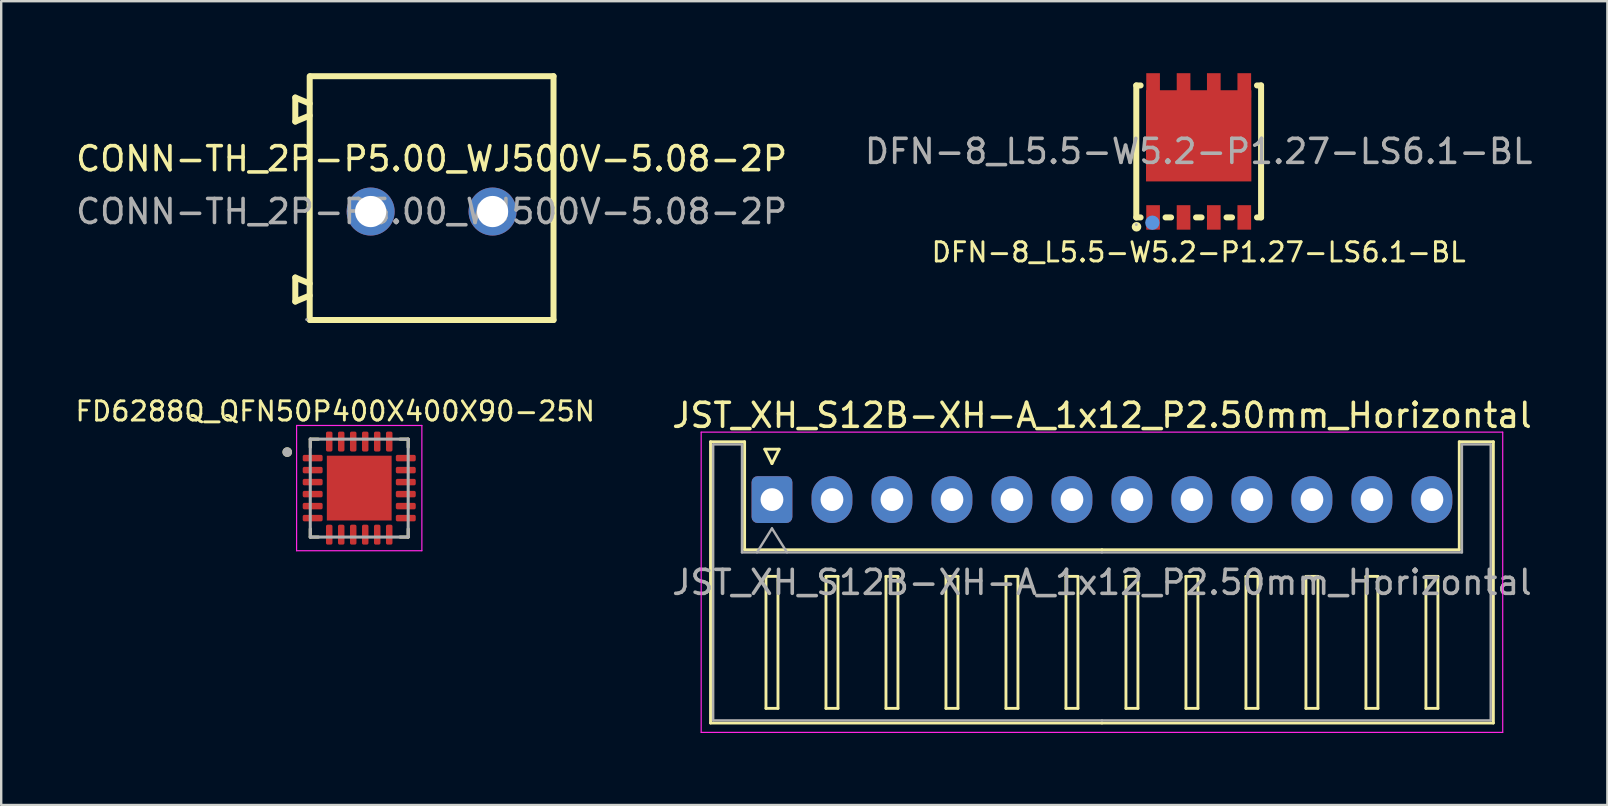
<source format=kicad_pcb>
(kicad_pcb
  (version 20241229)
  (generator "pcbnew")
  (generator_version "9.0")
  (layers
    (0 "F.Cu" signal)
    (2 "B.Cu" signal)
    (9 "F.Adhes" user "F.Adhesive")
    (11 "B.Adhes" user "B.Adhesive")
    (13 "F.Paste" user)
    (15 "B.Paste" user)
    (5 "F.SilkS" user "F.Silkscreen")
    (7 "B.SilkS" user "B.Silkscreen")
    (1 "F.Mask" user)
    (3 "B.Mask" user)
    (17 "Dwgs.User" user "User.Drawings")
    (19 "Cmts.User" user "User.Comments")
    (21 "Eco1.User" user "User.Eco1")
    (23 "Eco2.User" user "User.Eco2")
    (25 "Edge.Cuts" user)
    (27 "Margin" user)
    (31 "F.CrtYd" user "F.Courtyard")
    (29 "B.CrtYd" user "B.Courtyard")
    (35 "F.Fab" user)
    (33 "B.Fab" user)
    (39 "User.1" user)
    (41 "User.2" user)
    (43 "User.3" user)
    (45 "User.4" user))
  (footprint "JST_XH_S12B-XH-A_1x12_P2.50mm_Horizontal"
    (layer "F.Cu")
    (at 29.118 17.768)
    (property "Reference" "JST_XH_S12B-XH-A_1x12_P2.50mm_Horizontal" (at 13.75 -3.51 180) (layer "F.SilkS") (effects (font (size 1 1) (thickness 0.15))))
    (attr through_hole)
    (fp_line (start -2.56 -2.41) (end -1.14 -2.41) (stroke (width 0.12) (type solid)) (layer "F.SilkS"))
    (fp_line (start -2.56 9.31) (end -2.56 -2.41) (stroke (width 0.12) (type solid)) (layer "F.SilkS"))
    (fp_line (start -1.14 -2.41) (end -1.14 2.09) (stroke (width 0.12) (type solid)) (layer "F.SilkS"))
    (fp_line (start -1.14 2.09) (end 13.75 2.09) (stroke (width 0.12) (type solid)) (layer "F.SilkS"))
    (fp_line (start -0.3 -2.1) (end 0.3 -2.1) (stroke (width 0.12) (type solid)) (layer "F.SilkS"))
    (fp_line (start -0.25 3.2) (end -0.25 8.7) (stroke (width 0.12) (type solid)) (layer "F.SilkS"))
    (fp_line (start -0.25 8.7) (end 0.25 8.7) (stroke (width 0.12) (type solid)) (layer "F.SilkS"))
    (fp_line (start 0 -1.5) (end -0.3 -2.1) (stroke (width 0.12) (type solid)) (layer "F.SilkS"))
    (fp_line (start 0.25 3.2) (end -0.25 3.2) (stroke (width 0.12) (type solid)) (layer "F.SilkS"))
    (fp_line (start 0.25 8.7) (end 0.25 3.2) (stroke (width 0.12) (type solid)) (layer "F.SilkS"))
    (fp_line (start 0.3 -2.1) (end 0 -1.5) (stroke (width 0.12) (type solid)) (layer "F.SilkS"))
    (fp_line (start 2.25 3.2) (end 2.25 8.7) (stroke (width 0.12) (type solid)) (layer "F.SilkS"))
    (fp_line (start 2.25 8.7) (end 2.75 8.7) (stroke (width 0.12) (type solid)) (layer "F.SilkS"))
    (fp_line (start 2.75 3.2) (end 2.25 3.2) (stroke (width 0.12) (type solid)) (layer "F.SilkS"))
    (fp_line (start 2.75 8.7) (end 2.75 3.2) (stroke (width 0.12) (type solid)) (layer "F.SilkS"))
    (fp_line (start 4.75 3.2) (end 4.75 8.7) (stroke (width 0.12) (type solid)) (layer "F.SilkS"))
    (fp_line (start 4.75 8.7) (end 5.25 8.7) (stroke (width 0.12) (type solid)) (layer "F.SilkS"))
    (fp_line (start 5.25 3.2) (end 4.75 3.2) (stroke (width 0.12) (type solid)) (layer "F.SilkS"))
    (fp_line (start 5.25 8.7) (end 5.25 3.2) (stroke (width 0.12) (type solid)) (layer "F.SilkS"))
    (fp_line (start 7.25 3.2) (end 7.25 8.7) (stroke (width 0.12) (type solid)) (layer "F.SilkS"))
    (fp_line (start 7.25 8.7) (end 7.75 8.7) (stroke (width 0.12) (type solid)) (layer "F.SilkS"))
    (fp_line (start 7.75 3.2) (end 7.25 3.2) (stroke (width 0.12) (type solid)) (layer "F.SilkS"))
    (fp_line (start 7.75 8.7) (end 7.75 3.2) (stroke (width 0.12) (type solid)) (layer "F.SilkS"))
    (fp_line (start 9.75 3.2) (end 9.75 8.7) (stroke (width 0.12) (type solid)) (layer "F.SilkS"))
    (fp_line (start 9.75 8.7) (end 10.25 8.7) (stroke (width 0.12) (type solid)) (layer "F.SilkS"))
    (fp_line (start 10.25 3.2) (end 9.75 3.2) (stroke (width 0.12) (type solid)) (layer "F.SilkS"))
    (fp_line (start 10.25 8.7) (end 10.25 3.2) (stroke (width 0.12) (type solid)) (layer "F.SilkS"))
    (fp_line (start 12.25 3.2) (end 12.25 8.7) (stroke (width 0.12) (type solid)) (layer "F.SilkS"))
    (fp_line (start 12.25 8.7) (end 12.75 8.7) (stroke (width 0.12) (type solid)) (layer "F.SilkS"))
    (fp_line (start 12.75 3.2) (end 12.25 3.2) (stroke (width 0.12) (type solid)) (layer "F.SilkS"))
    (fp_line (start 12.75 8.7) (end 12.75 3.2) (stroke (width 0.12) (type solid)) (layer "F.SilkS"))
    (fp_line (start 13.75 9.31) (end -2.56 9.31) (stroke (width 0.12) (type solid)) (layer "F.SilkS"))
    (fp_line (start 13.75 9.31) (end 30.06 9.31) (stroke (width 0.12) (type solid)) (layer "F.SilkS"))
    (fp_line (start 14.75 3.2) (end 14.75 8.7) (stroke (width 0.12) (type solid)) (layer "F.SilkS"))
    (fp_line (start 14.75 8.7) (end 15.25 8.7) (stroke (width 0.12) (type solid)) (layer "F.SilkS"))
    (fp_line (start 15.25 3.2) (end 14.75 3.2) (stroke (width 0.12) (type solid)) (layer "F.SilkS"))
    (fp_line (start 15.25 8.7) (end 15.25 3.2) (stroke (width 0.12) (type solid)) (layer "F.SilkS"))
    (fp_line (start 17.25 3.2) (end 17.25 8.7) (stroke (width 0.12) (type solid)) (layer "F.SilkS"))
    (fp_line (start 17.25 8.7) (end 17.75 8.7) (stroke (width 0.12) (type solid)) (layer "F.SilkS"))
    (fp_line (start 17.75 3.2) (end 17.25 3.2) (stroke (width 0.12) (type solid)) (layer "F.SilkS"))
    (fp_line (start 17.75 8.7) (end 17.75 3.2) (stroke (width 0.12) (type solid)) (layer "F.SilkS"))
    (fp_line (start 19.75 3.2) (end 19.75 8.7) (stroke (width 0.12) (type solid)) (layer "F.SilkS"))
    (fp_line (start 19.75 8.7) (end 20.25 8.7) (stroke (width 0.12) (type solid)) (layer "F.SilkS"))
    (fp_line (start 20.25 3.2) (end 19.75 3.2) (stroke (width 0.12) (type solid)) (layer "F.SilkS"))
    (fp_line (start 20.25 8.7) (end 20.25 3.2) (stroke (width 0.12) (type solid)) (layer "F.SilkS"))
    (fp_line (start 22.25 3.2) (end 22.25 8.7) (stroke (width 0.12) (type solid)) (layer "F.SilkS"))
    (fp_line (start 22.25 8.7) (end 22.75 8.7) (stroke (width 0.12) (type solid)) (layer "F.SilkS"))
    (fp_line (start 22.75 3.2) (end 22.25 3.2) (stroke (width 0.12) (type solid)) (layer "F.SilkS"))
    (fp_line (start 22.75 8.7) (end 22.75 3.2) (stroke (width 0.12) (type solid)) (layer "F.SilkS"))
    (fp_line (start 24.75 3.2) (end 24.75 8.7) (stroke (width 0.12) (type solid)) (layer "F.SilkS"))
    (fp_line (start 24.75 8.7) (end 25.25 8.7) (stroke (width 0.12) (type solid)) (layer "F.SilkS"))
    (fp_line (start 25.25 3.2) (end 24.75 3.2) (stroke (width 0.12) (type solid)) (layer "F.SilkS"))
    (fp_line (start 25.25 8.7) (end 25.25 3.2) (stroke (width 0.12) (type solid)) (layer "F.SilkS"))
    (fp_line (start 27.25 3.2) (end 27.25 8.7) (stroke (width 0.12) (type solid)) (layer "F.SilkS"))
    (fp_line (start 27.25 8.7) (end 27.75 8.7) (stroke (width 0.12) (type solid)) (layer "F.SilkS"))
    (fp_line (start 27.75 3.2) (end 27.25 3.2) (stroke (width 0.12) (type solid)) (layer "F.SilkS"))
    (fp_line (start 27.75 8.7) (end 27.75 3.2) (stroke (width 0.12) (type solid)) (layer "F.SilkS"))
    (fp_line (start 28.64 -2.41) (end 28.64 2.09) (stroke (width 0.12) (type solid)) (layer "F.SilkS"))
    (fp_line (start 28.64 2.09) (end 13.75 2.09) (stroke (width 0.12) (type solid)) (layer "F.SilkS"))
    (fp_line (start 30.06 -2.41) (end 28.64 -2.41) (stroke (width 0.12) (type solid)) (layer "F.SilkS"))
    (fp_line (start 30.06 9.31) (end 30.06 -2.41) (stroke (width 0.12) (type solid)) (layer "F.SilkS"))
    (fp_line (start -2.95 -2.81) (end -2.95 9.7) (stroke (width 0.05) (type solid)) (layer "F.CrtYd"))
    (fp_line (start -2.95 9.7) (end 30.45 9.7) (stroke (width 0.05) (type solid)) (layer "F.CrtYd"))
    (fp_line (start 30.45 -2.81) (end -2.95 -2.81) (stroke (width 0.05) (type solid)) (layer "F.CrtYd"))
    (fp_line (start 30.45 9.7) (end 30.45 -2.81) (stroke (width 0.05) (type solid)) (layer "F.CrtYd"))
    (fp_line (start -2.45 -2.3) (end -1.25 -2.3) (stroke (width 0.1) (type solid)) (layer "F.Fab"))
    (fp_line (start -2.45 9.2) (end -2.45 -2.3) (stroke (width 0.1) (type solid)) (layer "F.Fab"))
    (fp_line (start -1.25 -2.3) (end -1.25 2.2) (stroke (width 0.1) (type solid)) (layer "F.Fab"))
    (fp_line (start -1.25 2.2) (end 13.75 2.2) (stroke (width 0.1) (type solid)) (layer "F.Fab"))
    (fp_line (start -0.625 2.2) (end 0 1.2) (stroke (width 0.1) (type solid)) (layer "F.Fab"))
    (fp_line (start 0 1.2) (end 0.625 2.2) (stroke (width 0.1) (type solid)) (layer "F.Fab"))
    (fp_line (start 13.75 9.2) (end -2.45 9.2) (stroke (width 0.1) (type solid)) (layer "F.Fab"))
    (fp_line (start 13.75 9.2) (end 29.95 9.2) (stroke (width 0.1) (type solid)) (layer "F.Fab"))
    (fp_line (start 28.75 -2.3) (end 28.75 2.2) (stroke (width 0.1) (type solid)) (layer "F.Fab"))
    (fp_line (start 28.75 2.2) (end 13.75 2.2) (stroke (width 0.1) (type solid)) (layer "F.Fab"))
    (fp_line (start 29.95 -2.3) (end 28.75 -2.3) (stroke (width 0.1) (type solid)) (layer "F.Fab"))
    (fp_line (start 29.95 9.2) (end 29.95 -2.3) (stroke (width 0.1) (type solid)) (layer "F.Fab"))
    (fp_text user "${REFERENCE}" (at 13.75 3.45 180) (layer "F.Fab") (effects (font (size 1 1) (thickness 0.15))))
    (pad "1" thru_hole roundrect (at 0 0) (size 1.7 1.95) (drill 0.95) (layers "*.Cu" "*.Mask") (roundrect_rratio 0.147))
    (pad "2" thru_hole oval (at 2.5 0) (size 1.7 1.95) (drill 0.95) (layers "*.Cu" "*.Mask"))
    (pad "3" thru_hole oval (at 5 0) (size 1.7 1.95) (drill 0.95) (layers "*.Cu" "*.Mask"))
    (pad "4" thru_hole oval (at 7.5 0) (size 1.7 1.95) (drill 0.95) (layers "*.Cu" "*.Mask"))
    (pad "5" thru_hole oval (at 10 0) (size 1.7 1.95) (drill 0.95) (layers "*.Cu" "*.Mask"))
    (pad "6" thru_hole oval (at 12.5 0) (size 1.7 1.95) (drill 0.95) (layers "*.Cu" "*.Mask"))
    (pad "7" thru_hole oval (at 15 0) (size 1.7 1.95) (drill 0.95) (layers "*.Cu" "*.Mask"))
    (pad "8" thru_hole oval (at 17.5 0) (size 1.7 1.95) (drill 0.95) (layers "*.Cu" "*.Mask"))
    (pad "9" thru_hole oval (at 20 0) (size 1.7 1.95) (drill 0.95) (layers "*.Cu" "*.Mask"))
    (pad "10" thru_hole oval (at 22.5 0) (size 1.7 1.95) (drill 0.95) (layers "*.Cu" "*.Mask"))
    (pad "11" thru_hole oval (at 25 0) (size 1.7 1.95) (drill 0.95) (layers "*.Cu" "*.Mask"))
    (pad "12" thru_hole oval (at 27.5 0) (size 1.7 1.95) (drill 0.95) (layers "*.Cu" "*.Mask")))
  (footprint "CONN-TH_2P-P5.00_WJ500V-5.08-2P"
    (layer "F.Cu")
    (at 14.935 5.765)
    (property "Reference" "CONN-TH_2P-P5.00_WJ500V-5.08-2P" (at 0 -2.2 180) (layer "F.SilkS") (effects (font (size 1 1) (thickness 0.15))))
    (attr through_hole)
    (fp_line (start -5.68 -4.75) (end -5.68 -3.75) (stroke (width 0.25) (type solid)) (layer "F.SilkS"))
    (fp_line (start -5.68 -3.75) (end -5.08 -4) (stroke (width 0.25) (type solid)) (layer "F.SilkS"))
    (fp_line (start -5.68 2.75) (end -5.68 3.75) (stroke (width 0.25) (type solid)) (layer "F.SilkS"))
    (fp_line (start -5.68 3.75) (end -5.08 3.5) (stroke (width 0.25) (type solid)) (layer "F.SilkS"))
    (fp_line (start -5.08 -4.5) (end -5.68 -4.75) (stroke (width 0.25) (type solid)) (layer "F.SilkS"))
    (fp_line (start -5.08 3) (end -5.68 2.75) (stroke (width 0.25) (type solid)) (layer "F.SilkS"))
    (fp_line (start -5.08 4.52) (end -5.08 -5.64) (stroke (width 0.25) (type solid)) (layer "F.SilkS"))
    (fp_line (start 5.08 -5.64) (end -5.05 -5.64) (stroke (width 0.25) (type solid)) (layer "F.SilkS"))
    (fp_line (start 5.08 4.52) (end -5.05 4.52) (stroke (width 0.25) (type solid)) (layer "F.SilkS"))
    (fp_line (start 5.08 4.52) (end 5.08 -5.64) (stroke (width 0.25) (type solid)) (layer "F.SilkS"))
    (fp_circle (center -5.21 4.5) (end -5.18 4.5) (stroke (width 0.06) (type solid)) (fill no) (layer "F.Fab"))
    (fp_circle (center -2.54 0) (end -2.26 0) (stroke (width 0.55) (type solid)) (fill no) (layer "F.Fab"))
    (fp_circle (center 2.54 0) (end 2.82 0) (stroke (width 0.55) (type solid)) (fill no) (layer "F.Fab"))
    (fp_text user "${REFERENCE}" (at 0 0 180) (layer "F.Fab") (effects (font (size 1 1) (thickness 0.15))))
    (pad "1" thru_hole circle (at -2.54 0 180) (size 2 2) (drill 1.3) (layers "*.Cu" "*.Mask"))
    (pad "2" thru_hole circle (at 2.54 0 180) (size 2 2) (drill 1.3) (layers "*.Cu" "*.Mask")))
  (footprint "DFN-8_L5.5-W5.2-P1.27-LS6.1-BL"
    (layer "F.Cu")
    (at 46.899 3.26)
    (property "Reference" "DFN-8_L5.5-W5.2-P1.27-LS6.1-BL" (at 0 4.2 180) (layer "F.SilkS") (effects (font (size 0.8 0.8) (thickness 0.12))))
    (attr through_hole)
    (fp_line (start -2.6 2.75) (end -2.6 -2.75) (stroke (width 0.25) (type solid)) (layer "F.SilkS"))
    (fp_line (start -2.42 -2.75) (end -2.6 -2.75) (stroke (width 0.25) (type solid)) (layer "F.SilkS"))
    (fp_line (start -2.42 2.75) (end -2.6 2.75) (stroke (width 0.25) (type solid)) (layer "F.SilkS"))
    (fp_line (start -1.15 2.75) (end -1.38 2.75) (stroke (width 0.25) (type solid)) (layer "F.SilkS"))
    (fp_line (start 0.12 2.75) (end -0.11 2.75) (stroke (width 0.25) (type solid)) (layer "F.SilkS"))
    (fp_line (start 1.39 2.75) (end 1.16 2.75) (stroke (width 0.25) (type solid)) (layer "F.SilkS"))
    (fp_line (start 2.6 -2.75) (end 2.43 -2.75) (stroke (width 0.25) (type solid)) (layer "F.SilkS"))
    (fp_line (start 2.6 -2.75) (end 2.6 2.75) (stroke (width 0.25) (type solid)) (layer "F.SilkS"))
    (fp_line (start 2.6 2.75) (end 2.43 2.75) (stroke (width 0.25) (type solid)) (layer "F.SilkS"))
    (fp_circle (center -2.59 3.14) (end -2.49 3.14) (stroke (width 0.2) (type solid)) (fill no) (layer "F.SilkS"))
    (fp_circle (center -1.93 2.97) (end -1.78 2.97) (stroke (width 0.3) (type solid)) (fill no) (layer "Cmts.User"))
    (fp_circle (center -2.6 3.05) (end -2.57 3.05) (stroke (width 0.06) (type solid)) (fill no) (layer "F.Fab"))
    (fp_text user "${REFERENCE}" (at 0 0 180) (layer "F.Fab") (effects (font (size 1 1) (thickness 0.15))))
    (pad "1" smd rect (at -1.9 2.75) (size 0.57 1.02) (layers "F.Cu" "F.Mask" "F.Paste"))
    (pad "2" smd rect (at -0.63 2.75) (size 0.57 1.02) (layers "F.Cu" "F.Mask" "F.Paste"))
    (pad "3" smd rect (at 0.63 2.75) (size 0.57 1.02) (layers "F.Cu" "F.Mask" "F.Paste"))
    (pad "4" smd rect (at 1.9 2.75) (size 0.57 1.02) (layers "F.Cu" "F.Mask" "F.Paste"))
    (pad "5" smd rect (at 1.9 -2.75) (size 0.57 1.02) (layers "F.Cu" "F.Mask" "F.Paste"))
    (pad "6" smd rect (at 0.63 -2.75) (size 0.57 1.02) (layers "F.Cu" "F.Mask" "F.Paste"))
    (pad "7" smd rect (at -0.63 -2.75) (size 0.57 1.02) (layers "F.Cu" "F.Mask" "F.Paste"))
    (pad "8" smd rect (at -1.9 -2.75) (size 0.57 1.02) (layers "F.Cu" "F.Mask" "F.Paste"))
    (pad "9" smd rect (at 0 -0.65) (size 4.39 3.8) (layers "F.Cu" "F.Mask" "F.Paste")))
  (footprint "FD6288Q_QFN50P400X400X90-25N"
    (layer "F.Cu")
    (at 11.919 17.289)
    (property "Reference" "FD6288Q_QFN50P400X400X90-25N" (at -1 -3.2 0) (layer "F.SilkS") (effects (font (size 0.8 0.8) (thickness 0.12))))
    (attr smd allow_soldermask_bridges)
    (fp_line (start -2.04 -2.04) (end -1.7 -2.04) (stroke (width 0.127) (type solid)) (layer "F.SilkS"))
    (fp_line (start -2.04 -1.7) (end -2.04 -2.04) (stroke (width 0.127) (type solid)) (layer "F.SilkS"))
    (fp_line (start -2.04 2.04) (end -2.04 1.7) (stroke (width 0.127) (type solid)) (layer "F.SilkS"))
    (fp_line (start -1.7 2.04) (end -2.04 2.04) (stroke (width 0.127) (type solid)) (layer "F.SilkS"))
    (fp_line (start 1.7 -2.04) (end 2.04 -2.04) (stroke (width 0.127) (type solid)) (layer "F.SilkS"))
    (fp_line (start 2.04 -2.04) (end 2.04 -1.7) (stroke (width 0.127) (type solid)) (layer "F.SilkS"))
    (fp_line (start 2.04 1.7) (end 2.04 2.04) (stroke (width 0.127) (type solid)) (layer "F.SilkS"))
    (fp_line (start 2.04 2.04) (end 1.7 2.04) (stroke (width 0.127) (type solid)) (layer "F.SilkS"))
    (fp_circle (center -3 -1.5) (end -2.9 -1.5) (stroke (width 0.2) (type solid)) (fill no) (layer "F.SilkS"))
    (fp_poly (pts (xy -1.09 -1.09) (xy -0.13 -1.09) (xy -0.13 -0.13) (xy -1.09 -0.13)) (stroke (width 0.01) (type solid)) (fill yes) (layer "F.Paste"))
    (fp_poly (pts (xy -1.09 0.13) (xy -0.13 0.13) (xy -0.13 1.09) (xy -1.09 1.09)) (stroke (width 0.01) (type solid)) (fill yes) (layer "F.Paste"))
    (fp_poly (pts (xy 0.13 -1.09) (xy 1.09 -1.09) (xy 1.09 -0.13) (xy 0.13 -0.13)) (stroke (width 0.01) (type solid)) (fill yes) (layer "F.Paste"))
    (fp_poly (pts (xy 0.13 0.13) (xy 1.09 0.13) (xy 1.09 1.09) (xy 0.13 1.09)) (stroke (width 0.01) (type solid)) (fill yes) (layer "F.Paste"))
    (fp_line (start -2.61 -2.61) (end 2.61 -2.61) (stroke (width 0.05) (type solid)) (layer "F.CrtYd"))
    (fp_line (start -2.61 2.61) (end -2.61 -2.61) (stroke (width 0.05) (type solid)) (layer "F.CrtYd"))
    (fp_line (start 2.61 -2.61) (end 2.61 2.61) (stroke (width 0.05) (type solid)) (layer "F.CrtYd"))
    (fp_line (start 2.61 2.61) (end -2.61 2.61) (stroke (width 0.05) (type solid)) (layer "F.CrtYd"))
    (fp_line (start -2.04 -2.04) (end 2.04 -2.04) (stroke (width 0.127) (type solid)) (layer "F.Fab"))
    (fp_line (start -2.04 2.04) (end -2.04 -2.04) (stroke (width 0.127) (type solid)) (layer "F.Fab"))
    (fp_line (start 2.04 -2.04) (end 2.04 2.04) (stroke (width 0.127) (type solid)) (layer "F.Fab"))
    (fp_line (start 2.04 2.04) (end -2.04 2.04) (stroke (width 0.127) (type solid)) (layer "F.Fab"))
    (fp_circle (center -3 -1.5) (end -2.9 -1.5) (stroke (width 0.2) (type solid)) (fill no) (layer "F.Fab"))
    (pad "1" smd roundrect (at -1.94 -1.25) (size 0.83 0.27) (layers "F.Cu" "F.Mask" "F.Paste") (roundrect_rratio 0.25))
    (pad "2" smd roundrect (at -1.94 -0.75) (size 0.83 0.27) (layers "F.Cu" "F.Mask" "F.Paste") (roundrect_rratio 0.25))
    (pad "3" smd roundrect (at -1.94 -0.25) (size 0.83 0.27) (layers "F.Cu" "F.Mask" "F.Paste") (roundrect_rratio 0.25))
    (pad "4" smd roundrect (at -1.94 0.25) (size 0.83 0.27) (layers "F.Cu" "F.Mask" "F.Paste") (roundrect_rratio 0.25))
    (pad "5" smd roundrect (at -1.94 0.75) (size 0.83 0.27) (layers "F.Cu" "F.Mask" "F.Paste") (roundrect_rratio 0.25))
    (pad "6" smd roundrect (at -1.94 1.25) (size 0.83 0.27) (layers "F.Cu" "F.Mask" "F.Paste") (roundrect_rratio 0.25))
    (pad "7" smd roundrect (at -1.25 1.94) (size 0.27 0.83) (layers "F.Cu" "F.Mask" "F.Paste") (roundrect_rratio 0.25))
    (pad "8" smd roundrect (at -0.75 1.94) (size 0.27 0.83) (layers "F.Cu" "F.Mask" "F.Paste") (roundrect_rratio 0.25))
    (pad "9" smd roundrect (at -0.25 1.94) (size 0.27 0.83) (layers "F.Cu" "F.Mask" "F.Paste") (roundrect_rratio 0.25))
    (pad "10" smd roundrect (at 0.25 1.94) (size 0.27 0.83) (layers "F.Cu" "F.Mask" "F.Paste") (roundrect_rratio 0.25))
    (pad "11" smd roundrect (at 0.75 1.94) (size 0.27 0.83) (layers "F.Cu" "F.Mask" "F.Paste") (roundrect_rratio 0.25))
    (pad "12" smd roundrect (at 1.25 1.94) (size 0.27 0.83) (layers "F.Cu" "F.Mask" "F.Paste") (roundrect_rratio 0.25))
    (pad "13" smd roundrect (at 1.94 1.25) (size 0.83 0.27) (layers "F.Cu" "F.Mask" "F.Paste") (roundrect_rratio 0.25))
    (pad "14" smd roundrect (at 1.94 0.75) (size 0.83 0.27) (layers "F.Cu" "F.Mask" "F.Paste") (roundrect_rratio 0.25))
    (pad "15" smd roundrect (at 1.94 0.25) (size 0.83 0.27) (layers "F.Cu" "F.Mask" "F.Paste") (roundrect_rratio 0.25))
    (pad "16" smd roundrect (at 1.94 -0.25) (size 0.83 0.27) (layers "F.Cu" "F.Mask" "F.Paste") (roundrect_rratio 0.25))
    (pad "17" smd roundrect (at 1.94 -0.75) (size 0.83 0.27) (layers "F.Cu" "F.Mask" "F.Paste") (roundrect_rratio 0.25))
    (pad "18" smd roundrect (at 1.94 -1.25) (size 0.83 0.27) (layers "F.Cu" "F.Mask" "F.Paste") (roundrect_rratio 0.25))
    (pad "19" smd roundrect (at 1.25 -1.94) (size 0.27 0.83) (layers "F.Cu" "F.Mask" "F.Paste") (roundrect_rratio 0.25))
    (pad "20" smd roundrect (at 0.75 -1.94) (size 0.27 0.83) (layers "F.Cu" "F.Mask" "F.Paste") (roundrect_rratio 0.25))
    (pad "21" smd roundrect (at 0.25 -1.94) (size 0.27 0.83) (layers "F.Cu" "F.Mask" "F.Paste") (roundrect_rratio 0.25))
    (pad "22" smd roundrect (at -0.25 -1.94) (size 0.27 0.83) (layers "F.Cu" "F.Mask" "F.Paste") (roundrect_rratio 0.25))
    (pad "23" smd roundrect (at -0.75 -1.94) (size 0.27 0.83) (layers "F.Cu" "F.Mask" "F.Paste") (roundrect_rratio 0.25))
    (pad "24" smd roundrect (at -1.25 -1.94) (size 0.27 0.83) (layers "F.Cu" "F.Mask" "F.Paste") (roundrect_rratio 0.25))
    (pad "25" smd rect (at 0 0) (size 2.7 2.7) (layers "F.Cu" "F.Mask")))
  (gr_rect
    (start -3 -3)
    (end 63.929 30.493)
    (stroke (width 0.1) (type default))
    (fill no)
    (layer "Edge.Cuts")))
</source>
